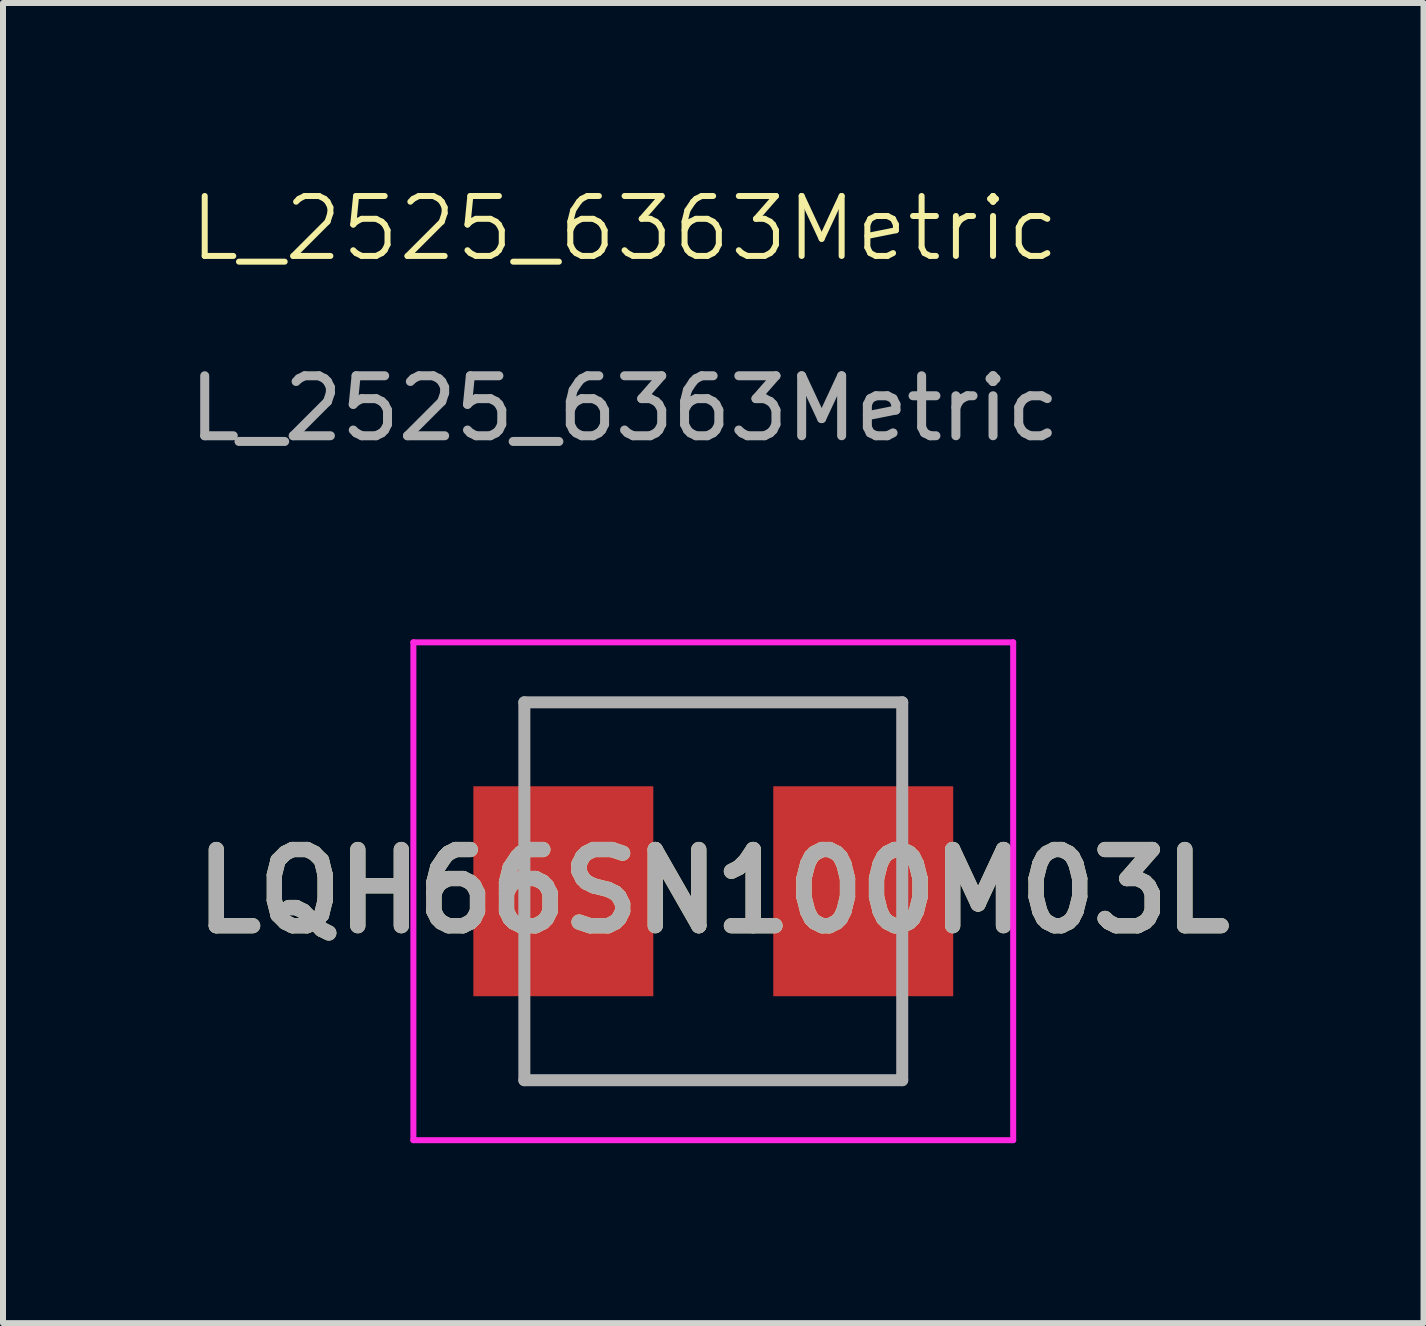
<source format=kicad_pcb>
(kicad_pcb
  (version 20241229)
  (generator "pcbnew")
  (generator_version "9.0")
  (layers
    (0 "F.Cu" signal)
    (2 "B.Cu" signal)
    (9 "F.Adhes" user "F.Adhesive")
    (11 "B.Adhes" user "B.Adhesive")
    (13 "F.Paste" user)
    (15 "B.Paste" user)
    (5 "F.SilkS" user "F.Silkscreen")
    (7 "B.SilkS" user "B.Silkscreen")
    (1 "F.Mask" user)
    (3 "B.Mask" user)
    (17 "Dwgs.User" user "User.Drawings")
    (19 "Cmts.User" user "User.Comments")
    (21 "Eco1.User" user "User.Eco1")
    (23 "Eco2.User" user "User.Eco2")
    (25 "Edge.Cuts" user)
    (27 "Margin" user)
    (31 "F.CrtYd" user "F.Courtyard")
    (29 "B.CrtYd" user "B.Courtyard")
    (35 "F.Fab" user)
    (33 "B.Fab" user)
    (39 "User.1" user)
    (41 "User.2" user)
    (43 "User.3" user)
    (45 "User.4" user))
  (footprint "LQH66SN100M03L"
    (layer "F.Cu")
    (at 8.842 11.809)
    (property "Reference" "LQH66SN100M03L" (at 0 0 0) (layer "F.SilkS") (effects (font (size 1.27 1.27) (thickness 0.254))))
    (attr smd)
    (fp_line (start -3.15 -3.15) (end 3.15 -3.15) (stroke (width 0.1) (type solid)) (layer "F.SilkS"))
    (fp_line (start -3.15 3.15) (end 3.15 3.15) (stroke (width 0.1) (type solid)) (layer "F.SilkS"))
    (fp_line (start -5 -4.15) (end 5 -4.15) (stroke (width 0.1) (type solid)) (layer "F.CrtYd"))
    (fp_line (start -5 4.15) (end -5 -4.15) (stroke (width 0.1) (type solid)) (layer "F.CrtYd"))
    (fp_line (start 5 -4.15) (end 5 4.15) (stroke (width 0.1) (type solid)) (layer "F.CrtYd"))
    (fp_line (start 5 4.15) (end -5 4.15) (stroke (width 0.1) (type solid)) (layer "F.CrtYd"))
    (fp_line (start -3.15 -3.15) (end 3.15 -3.15) (stroke (width 0.2) (type solid)) (layer "F.Fab"))
    (fp_line (start -3.15 3.15) (end -3.15 -3.15) (stroke (width 0.2) (type solid)) (layer "F.Fab"))
    (fp_line (start 3.15 -3.15) (end 3.15 3.15) (stroke (width 0.2) (type solid)) (layer "F.Fab"))
    (fp_line (start 3.15 3.15) (end -3.15 3.15) (stroke (width 0.2) (type solid)) (layer "F.Fab"))
    (fp_text user "${REFERENCE}" (at 0 0 0) (layer "F.Fab") (effects (font (size 1.27 1.27) (thickness 0.254))))
    (pad "1" smd rect (at -2.5 0) (size 3 3.5) (layers "F.Cu" "F.Mask" "F.Paste"))
    (pad "2" smd rect (at 2.5 0) (size 3 3.5) (layers "F.Cu" "F.Mask" "F.Paste")))
  (footprint "L_2525_6363Metric"
    (layer "F.Cu")
    (at 7.363 1.26)
    (property "Reference" "L_2525_6363Metric" (at 0 -0.5 0) (unlocked yes) (layer "F.SilkS") (effects (font (size 1 1) (thickness 0.1))))
    (attr smd)
    (fp_text user "${REFERENCE}" (at 0 2.5 0) (unlocked yes) (layer "F.Fab") (effects (font (size 1 1) (thickness 0.15)))))
  (gr_rect
    (start -3 -3)
    (end 20.683 19.009)
    (stroke (width 0.1) (type default))
    (fill no)
    (layer "Edge.Cuts")))
</source>
